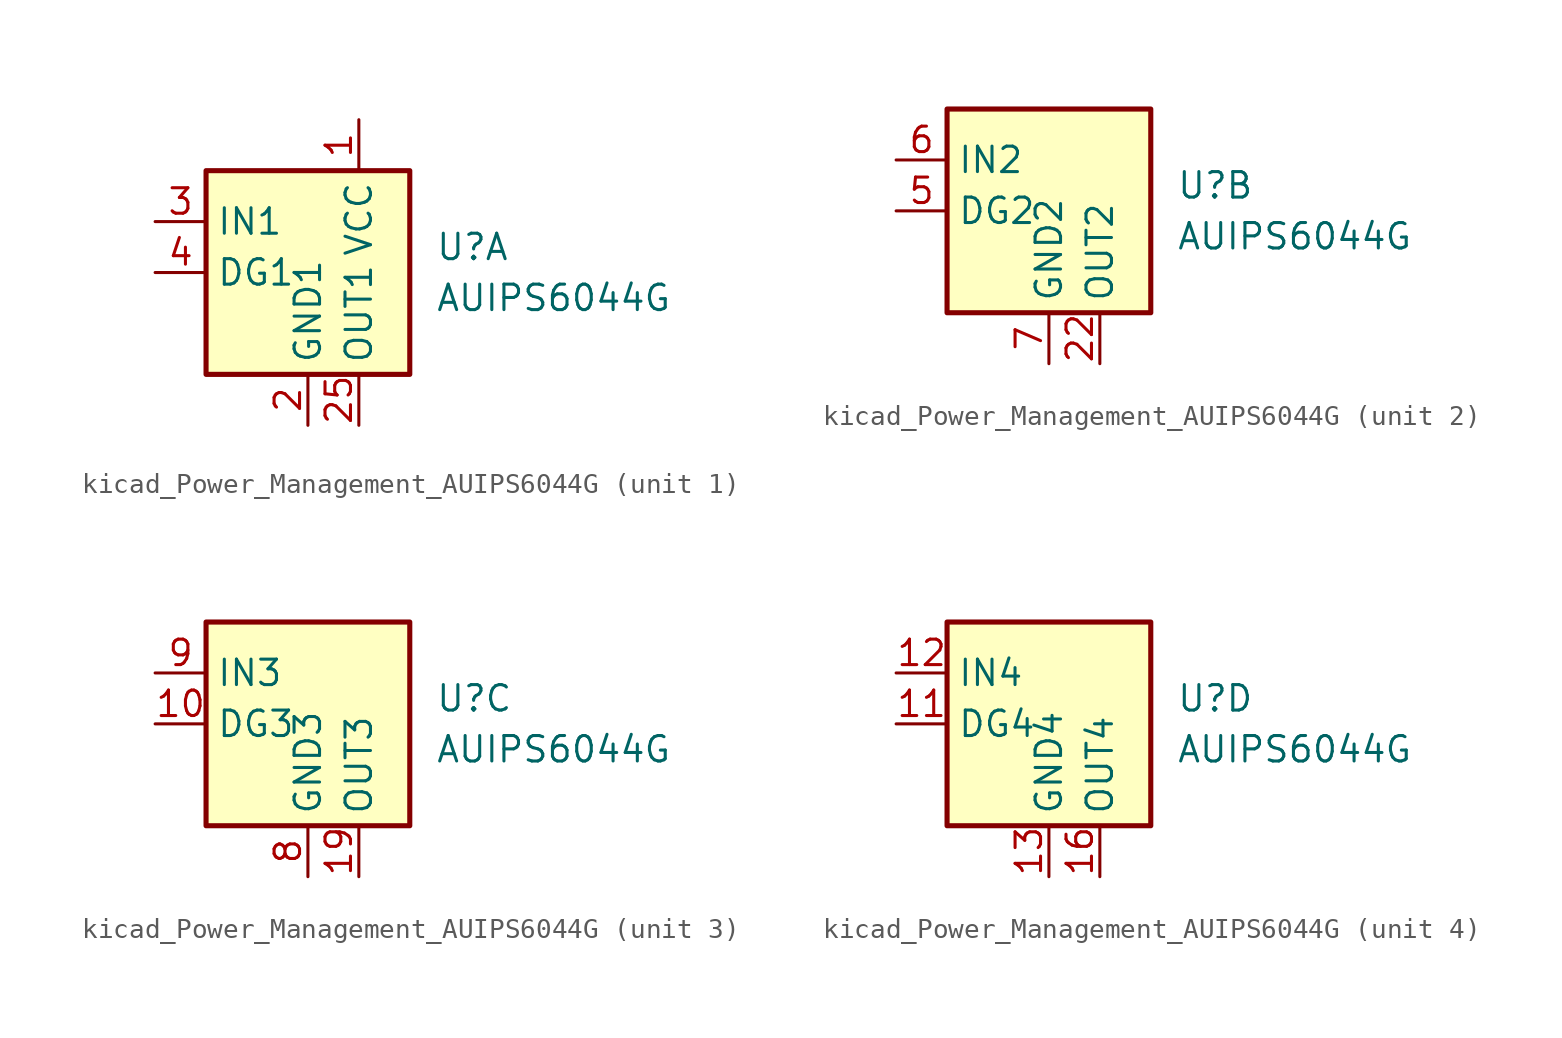
<source format=kicad_sym>
(kicad_symbol_lib
  (version 20220914)
  (generator kicad_symbol_editor)
  (symbol "kicad_Power_Management_AUIPS6044G"
    (property "Reference" "U"
      (at 3.81 1.27 0)
      (effects (font (size 1.27 1.27)) (justify left)))
    (property "Value" "AUIPS6044G"
      (at 3.81 -1.27 0)
      (effects (font (size 1.27 1.27)) (justify left)))
    (symbol "kicad_Power_Management_AUIPS6044G_0_1"
      (rectangle (start -7.62 5.08) (end 2.54 -5.08) (stroke (width 0.254) (type default)) (fill (type background))))
    (symbol "kicad_Power_Management_AUIPS6044G_1_1"
      (pin power_in line (at 0 7.62 270) (length 2.54) (name "VCC" (effects (font (size 1.27 1.27)))) (number "1" (effects (font (size 1.27 1.27)))))
      (pin passive line (at 0 7.62 270) (length 2.54) hide (name "VCC" (effects (font (size 1.27 1.27)))) (number "14" (effects (font (size 1.27 1.27)))))
      (pin passive line (at 0 7.62 270) (length 2.54) hide (name "VCC" (effects (font (size 1.27 1.27)))) (number "15" (effects (font (size 1.27 1.27)))))
      (pin power_in line (at -2.54 -7.62 90) (length 2.54) (name "GND1" (effects (font (size 1.27 1.27)))) (number "2" (effects (font (size 1.27 1.27)))))
      (pin power_out line (at 0 -7.62 90) (length 2.54) (name "OUT1" (effects (font (size 1.27 1.27)))) (number "25" (effects (font (size 1.27 1.27)))))
      (pin passive line (at 0 -7.62 90) (length 2.54) hide (name "OUT1" (effects (font (size 1.27 1.27)))) (number "26" (effects (font (size 1.27 1.27)))))
      (pin passive line (at 0 -7.62 90) (length 2.54) hide (name "OUT1" (effects (font (size 1.27 1.27)))) (number "27" (effects (font (size 1.27 1.27)))))
      (pin passive line (at 0 7.62 270) (length 2.54) hide (name "VCC" (effects (font (size 1.27 1.27)))) (number "28" (effects (font (size 1.27 1.27)))))
      (pin input line (at -10.16 2.54 0) (length 2.54) (name "IN1" (effects (font (size 1.27 1.27)))) (number "3" (effects (font (size 1.27 1.27)))))
      (pin open_collector line (at -10.16 0 0) (length 2.54) (name "DG1" (effects (font (size 1.27 1.27)))) (number "4" (effects (font (size 1.27 1.27))))))
    (symbol "kicad_Power_Management_AUIPS6044G_2_1"
      (pin power_out line (at 0 -7.62 90) (length 2.54) (name "OUT2" (effects (font (size 1.27 1.27)))) (number "22" (effects (font (size 1.27 1.27)))))
      (pin passive line (at 0 -7.62 90) (length 2.54) hide (name "OUT2" (effects (font (size 1.27 1.27)))) (number "23" (effects (font (size 1.27 1.27)))))
      (pin passive line (at 0 -7.62 90) (length 2.54) hide (name "OUT2" (effects (font (size 1.27 1.27)))) (number "24" (effects (font (size 1.27 1.27)))))
      (pin open_collector line (at -10.16 0 0) (length 2.54) (name "DG2" (effects (font (size 1.27 1.27)))) (number "5" (effects (font (size 1.27 1.27)))))
      (pin input line (at -10.16 2.54 0) (length 2.54) (name "IN2" (effects (font (size 1.27 1.27)))) (number "6" (effects (font (size 1.27 1.27)))))
      (pin power_in line (at -2.54 -7.62 90) (length 2.54) (name "GND2" (effects (font (size 1.27 1.27)))) (number "7" (effects (font (size 1.27 1.27))))))
    (symbol "kicad_Power_Management_AUIPS6044G_3_1"
      (pin open_collector line (at -10.16 0 0) (length 2.54) (name "DG3" (effects (font (size 1.27 1.27)))) (number "10" (effects (font (size 1.27 1.27)))))
      (pin power_out line (at 0 -7.62 90) (length 2.54) (name "OUT3" (effects (font (size 1.27 1.27)))) (number "19" (effects (font (size 1.27 1.27)))))
      (pin passive line (at 0 -7.62 90) (length 2.54) hide (name "OUT3" (effects (font (size 1.27 1.27)))) (number "20" (effects (font (size 1.27 1.27)))))
      (pin passive line (at 0 -7.62 90) (length 2.54) hide (name "OUT3" (effects (font (size 1.27 1.27)))) (number "21" (effects (font (size 1.27 1.27)))))
      (pin power_in line (at -2.54 -7.62 90) (length 2.54) (name "GND3" (effects (font (size 1.27 1.27)))) (number "8" (effects (font (size 1.27 1.27)))))
      (pin input line (at -10.16 2.54 0) (length 2.54) (name "IN3" (effects (font (size 1.27 1.27)))) (number "9" (effects (font (size 1.27 1.27))))))
    (symbol "kicad_Power_Management_AUIPS6044G_4_1"
      (pin open_collector line (at -10.16 0 0) (length 2.54) (name "DG4" (effects (font (size 1.27 1.27)))) (number "11" (effects (font (size 1.27 1.27)))))
      (pin input line (at -10.16 2.54 0) (length 2.54) (name "IN4" (effects (font (size 1.27 1.27)))) (number "12" (effects (font (size 1.27 1.27)))))
      (pin power_in line (at -2.54 -7.62 90) (length 2.54) (name "GND4" (effects (font (size 1.27 1.27)))) (number "13" (effects (font (size 1.27 1.27)))))
      (pin power_out line (at 0 -7.62 90) (length 2.54) (name "OUT4" (effects (font (size 1.27 1.27)))) (number "16" (effects (font (size 1.27 1.27)))))
      (pin passive line (at 0 -7.62 90) (length 2.54) hide (name "OUT4" (effects (font (size 1.27 1.27)))) (number "17" (effects (font (size 1.27 1.27)))))
      (pin passive line (at 0 -7.62 90) (length 2.54) hide (name "OUT4" (effects (font (size 1.27 1.27)))) (number "18" (effects (font (size 1.27 1.27))))))))
</source>
